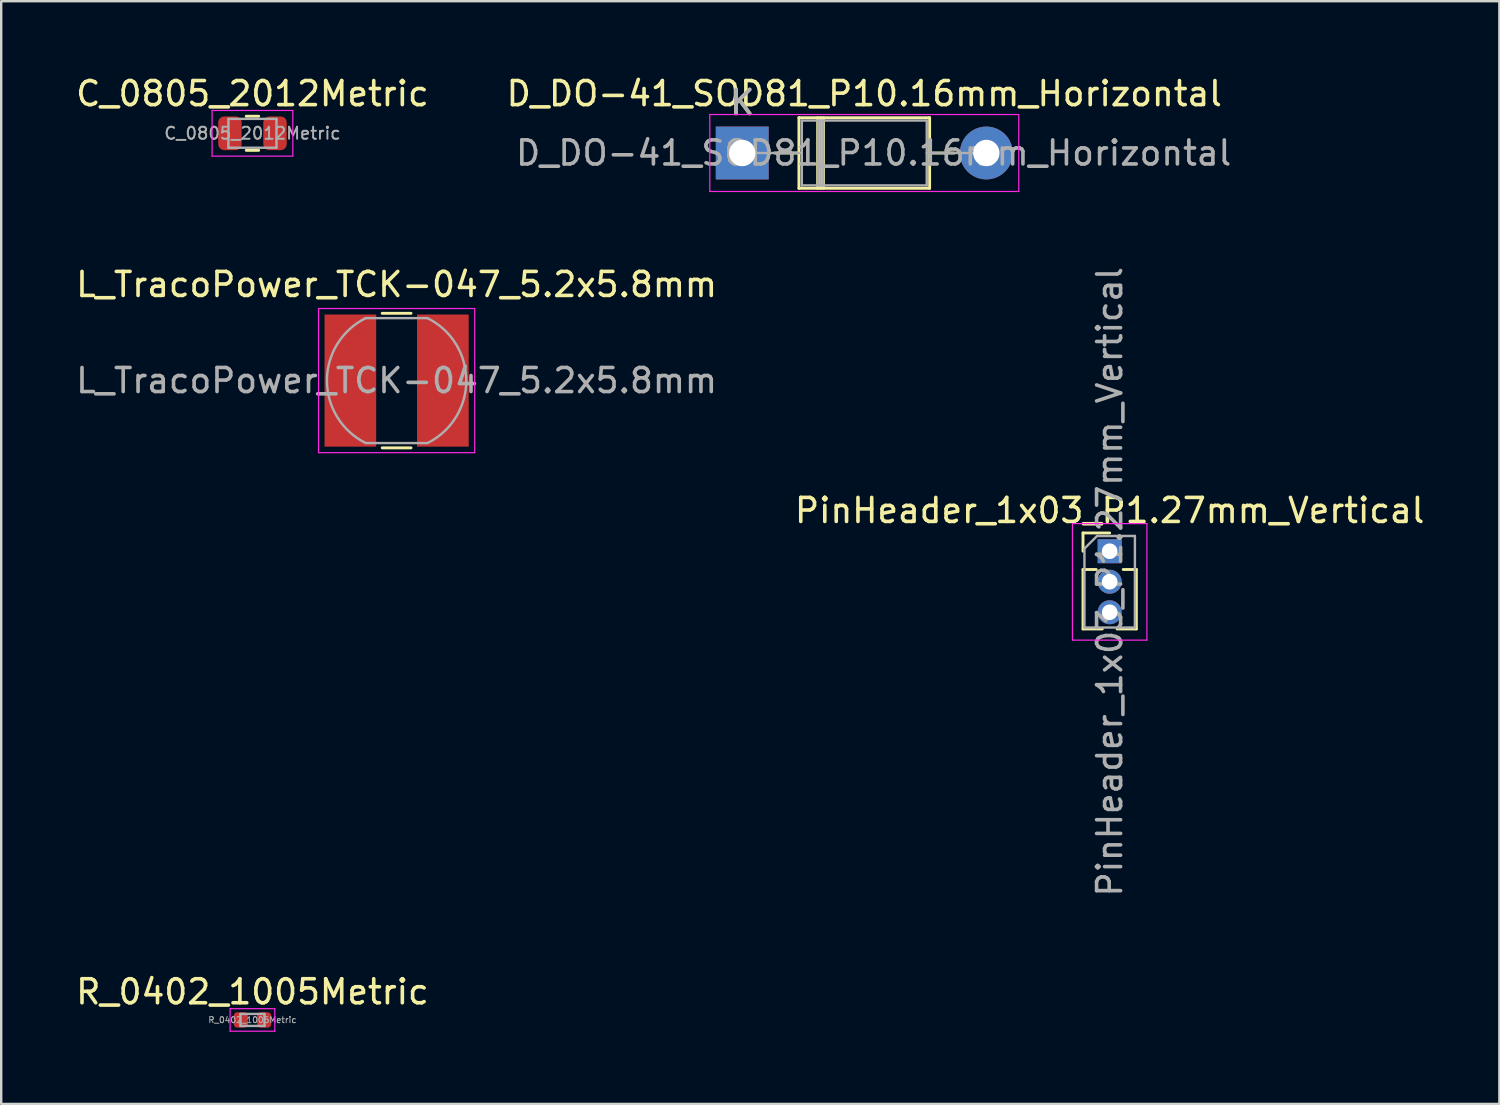
<source format=kicad_pcb>
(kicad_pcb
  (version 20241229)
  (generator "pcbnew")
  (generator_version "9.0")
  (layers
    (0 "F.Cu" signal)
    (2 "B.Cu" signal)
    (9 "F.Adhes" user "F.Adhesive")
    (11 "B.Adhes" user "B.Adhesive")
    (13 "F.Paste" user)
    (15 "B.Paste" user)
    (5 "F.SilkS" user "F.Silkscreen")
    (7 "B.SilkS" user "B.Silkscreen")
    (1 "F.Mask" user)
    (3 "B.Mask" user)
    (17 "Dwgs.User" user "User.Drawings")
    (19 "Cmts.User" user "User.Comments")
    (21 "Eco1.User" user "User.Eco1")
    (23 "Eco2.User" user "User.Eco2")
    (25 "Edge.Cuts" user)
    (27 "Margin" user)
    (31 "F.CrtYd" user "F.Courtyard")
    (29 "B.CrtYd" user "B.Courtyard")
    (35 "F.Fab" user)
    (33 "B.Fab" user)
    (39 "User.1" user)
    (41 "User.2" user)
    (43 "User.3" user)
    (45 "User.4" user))
  (footprint "C_0805_2012Metric"
    (layer "F.Cu")
    (at 7.458 2.498)
    (property "Reference" "C_0805_2012Metric" (at 0 -1.65 0) (layer "F.SilkS") (effects (font (size 1 1) (thickness 0.15))))
    (attr smd)
    (fp_line (start -0.259 -0.71) (end 0.259 -0.71) (stroke (width 0.12) (type solid)) (layer "F.SilkS"))
    (fp_line (start -0.259 0.71) (end 0.259 0.71) (stroke (width 0.12) (type solid)) (layer "F.SilkS"))
    (fp_line (start -1.68 -0.95) (end 1.68 -0.95) (stroke (width 0.05) (type solid)) (layer "F.CrtYd"))
    (fp_line (start -1.68 0.95) (end -1.68 -0.95) (stroke (width 0.05) (type solid)) (layer "F.CrtYd"))
    (fp_line (start 1.68 -0.95) (end 1.68 0.95) (stroke (width 0.05) (type solid)) (layer "F.CrtYd"))
    (fp_line (start 1.68 0.95) (end -1.68 0.95) (stroke (width 0.05) (type solid)) (layer "F.CrtYd"))
    (fp_line (start -1 -0.6) (end 1 -0.6) (stroke (width 0.1) (type solid)) (layer "F.Fab"))
    (fp_line (start -1 0.6) (end -1 -0.6) (stroke (width 0.1) (type solid)) (layer "F.Fab"))
    (fp_line (start 1 -0.6) (end 1 0.6) (stroke (width 0.1) (type solid)) (layer "F.Fab"))
    (fp_line (start 1 0.6) (end -1 0.6) (stroke (width 0.1) (type solid)) (layer "F.Fab"))
    (fp_text user "${REFERENCE}" (at 0 0 0) (layer "F.Fab") (effects (font (size 0.5 0.5) (thickness 0.08))))
    (pad "1" smd roundrect (at -0.938 0) (size 0.975 1.4) (layers "F.Cu" "F.Mask" "F.Paste") (roundrect_rratio 0.25))
    (pad "2" smd roundrect (at 0.938 0) (size 0.975 1.4) (layers "F.Cu" "F.Mask" "F.Paste") (roundrect_rratio 0.25)))
  (footprint "L_TracoPower_TCK-047_5.2x5.8mm"
    (layer "F.Cu")
    (at 13.458 12.791)
    (property "Reference" "L_TracoPower_TCK-047_5.2x5.8mm" (at 0 -4 0) (layer "F.SilkS") (effects (font (size 1 1) (thickness 0.15))))
    (attr smd)
    (fp_line (start -0.6 2.8) (end 0.6 2.8) (stroke (width 0.12) (type solid)) (layer "F.SilkS"))
    (fp_line (start 0.6 -2.8) (end -0.6 -2.8) (stroke (width 0.12) (type solid)) (layer "F.SilkS"))
    (fp_line (start -3.25 -3) (end -3.25 3) (stroke (width 0.05) (type solid)) (layer "F.CrtYd"))
    (fp_line (start -3.25 -3) (end 3.25 -3) (stroke (width 0.05) (type solid)) (layer "F.CrtYd"))
    (fp_line (start 3.25 3) (end -3.25 3) (stroke (width 0.05) (type solid)) (layer "F.CrtYd"))
    (fp_line (start 3.25 3) (end 3.25 -3) (stroke (width 0.05) (type solid)) (layer "F.CrtYd"))
    (fp_line (start -1.285 -2.6) (end 1.285 -2.6) (stroke (width 0.1) (type solid)) (layer "F.Fab"))
    (fp_line (start -1.285 2.6) (end 1.285 2.6) (stroke (width 0.1) (type solid)) (layer "F.Fab"))
    (fp_arc (start -1.285 2.599999) (mid -2.90021 0) (end -1.284999 -2.599999) (stroke (width 0.1) (type solid)) (layer "F.Fab"))
    (fp_arc (start 1.285 -2.599999) (mid 2.90021 0) (end 1.284999 2.599999) (stroke (width 0.1) (type solid)) (layer "F.Fab"))
    (fp_text user "${REFERENCE}" (at 0 0 0) (layer "F.Fab") (effects (font (size 1 1) (thickness 0.15))))
    (pad "1" smd rect (at -1.925 0 90) (size 5.5 2.15) (layers "F.Cu" "F.Mask" "F.Paste"))
    (pad "2" smd rect (at 1.925 0 90) (size 5.5 2.15) (layers "F.Cu" "F.Mask" "F.Paste")))
  (footprint "PinHeader_1x03_P1.27mm_Vertical"
    (layer "F.Cu")
    (at 43.137 19.893)
    (property "Reference" "PinHeader_1x03_P1.27mm_Vertical" (at 0 -1.695 0) (layer "F.SilkS") (effects (font (size 1 1) (thickness 0.15))))
    (attr through_hole)
    (fp_line (start -1.11 -0.76) (end 0 -0.76) (stroke (width 0.12) (type solid)) (layer "F.SilkS"))
    (fp_line (start -1.11 0) (end -1.11 -0.76) (stroke (width 0.12) (type solid)) (layer "F.SilkS"))
    (fp_line (start -1.11 0.76) (end -1.11 3.235) (stroke (width 0.12) (type solid)) (layer "F.SilkS"))
    (fp_line (start -1.11 0.76) (end -0.563 0.76) (stroke (width 0.12) (type solid)) (layer "F.SilkS"))
    (fp_line (start -1.11 3.235) (end -0.308 3.235) (stroke (width 0.12) (type solid)) (layer "F.SilkS"))
    (fp_line (start 0.308 3.235) (end 1.11 3.235) (stroke (width 0.12) (type solid)) (layer "F.SilkS"))
    (fp_line (start 0.563 0.76) (end 1.11 0.76) (stroke (width 0.12) (type solid)) (layer "F.SilkS"))
    (fp_line (start 1.11 0.76) (end 1.11 3.235) (stroke (width 0.12) (type solid)) (layer "F.SilkS"))
    (fp_line (start -1.55 -1.15) (end -1.55 3.7) (stroke (width 0.05) (type solid)) (layer "F.CrtYd"))
    (fp_line (start -1.55 3.7) (end 1.55 3.7) (stroke (width 0.05) (type solid)) (layer "F.CrtYd"))
    (fp_line (start 1.55 -1.15) (end -1.55 -1.15) (stroke (width 0.05) (type solid)) (layer "F.CrtYd"))
    (fp_line (start 1.55 3.7) (end 1.55 -1.15) (stroke (width 0.05) (type solid)) (layer "F.CrtYd"))
    (fp_line (start -1.05 -0.11) (end -0.525 -0.635) (stroke (width 0.1) (type solid)) (layer "F.Fab"))
    (fp_line (start -1.05 3.175) (end -1.05 -0.11) (stroke (width 0.1) (type solid)) (layer "F.Fab"))
    (fp_line (start -0.525 -0.635) (end 1.05 -0.635) (stroke (width 0.1) (type solid)) (layer "F.Fab"))
    (fp_line (start 1.05 -0.635) (end 1.05 3.175) (stroke (width 0.1) (type solid)) (layer "F.Fab"))
    (fp_line (start 1.05 3.175) (end -1.05 3.175) (stroke (width 0.1) (type solid)) (layer "F.Fab"))
    (fp_text user "${REFERENCE}" (at 0 1.27 90) (layer "F.Fab") (effects (font (size 1 1) (thickness 0.15))))
    (pad "1" thru_hole rect (at 0 0) (size 1 1) (drill 0.65) (layers "*.Cu" "*.Mask"))
    (pad "2" thru_hole oval (at 0 1.27) (size 1 1) (drill 0.65) (layers "*.Cu" "*.Mask"))
    (pad "3" thru_hole oval (at 0 2.54) (size 1 1) (drill 0.65) (layers "*.Cu" "*.Mask")))
  (footprint "R_0402_1005Metric"
    (layer "F.Cu")
    (at 7.458 39.402)
    (property "Reference" "R_0402_1005Metric" (at 0 -1.17 0) (layer "F.SilkS") (effects (font (size 1 1) (thickness 0.15))))
    (attr smd)
    (fp_line (start -0.93 -0.47) (end 0.93 -0.47) (stroke (width 0.05) (type solid)) (layer "F.CrtYd"))
    (fp_line (start -0.93 0.47) (end -0.93 -0.47) (stroke (width 0.05) (type solid)) (layer "F.CrtYd"))
    (fp_line (start 0.93 -0.47) (end 0.93 0.47) (stroke (width 0.05) (type solid)) (layer "F.CrtYd"))
    (fp_line (start 0.93 0.47) (end -0.93 0.47) (stroke (width 0.05) (type solid)) (layer "F.CrtYd"))
    (fp_line (start -0.5 -0.25) (end 0.5 -0.25) (stroke (width 0.1) (type solid)) (layer "F.Fab"))
    (fp_line (start -0.5 0.25) (end -0.5 -0.25) (stroke (width 0.1) (type solid)) (layer "F.Fab"))
    (fp_line (start 0.5 -0.25) (end 0.5 0.25) (stroke (width 0.1) (type solid)) (layer "F.Fab"))
    (fp_line (start 0.5 0.25) (end -0.5 0.25) (stroke (width 0.1) (type solid)) (layer "F.Fab"))
    (fp_text user "${REFERENCE}" (at 0 0 0) (layer "F.Fab") (effects (font (size 0.25 0.25) (thickness 0.04))))
    (pad "1" smd roundrect (at -0.485 0) (size 0.59 0.64) (layers "F.Cu" "F.Mask" "F.Paste") (roundrect_rratio 0.25))
    (pad "2" smd roundrect (at 0.485 0) (size 0.59 0.64) (layers "F.Cu" "F.Mask" "F.Paste") (roundrect_rratio 0.25)))
  (footprint "D_DO-41_SOD81_P10.16mm_Horizontal"
    (layer "F.Cu")
    (at 27.843 3.318)
    (property "Reference" "D_DO-41_SOD81_P10.16mm_Horizontal" (at 5.08 -2.47 0) (layer "F.SilkS") (effects (font (size 1 1) (thickness 0.15))))
    (attr through_hole)
    (fp_line (start 1.34 0) (end 2.36 0) (stroke (width 0.12) (type solid)) (layer "F.SilkS"))
    (fp_line (start 2.36 -1.47) (end 2.36 1.47) (stroke (width 0.12) (type solid)) (layer "F.SilkS"))
    (fp_line (start 2.36 1.47) (end 7.8 1.47) (stroke (width 0.12) (type solid)) (layer "F.SilkS"))
    (fp_line (start 3.14 -1.47) (end 3.14 1.47) (stroke (width 0.12) (type solid)) (layer "F.SilkS"))
    (fp_line (start 3.26 -1.47) (end 3.26 1.47) (stroke (width 0.12) (type solid)) (layer "F.SilkS"))
    (fp_line (start 3.38 -1.47) (end 3.38 1.47) (stroke (width 0.12) (type solid)) (layer "F.SilkS"))
    (fp_line (start 7.8 -1.47) (end 2.36 -1.47) (stroke (width 0.12) (type solid)) (layer "F.SilkS"))
    (fp_line (start 7.8 1.47) (end 7.8 -1.47) (stroke (width 0.12) (type solid)) (layer "F.SilkS"))
    (fp_line (start 8.82 0) (end 7.8 0) (stroke (width 0.12) (type solid)) (layer "F.SilkS"))
    (fp_line (start -1.35 -1.6) (end -1.35 1.6) (stroke (width 0.05) (type solid)) (layer "F.CrtYd"))
    (fp_line (start -1.35 1.6) (end 11.51 1.6) (stroke (width 0.05) (type solid)) (layer "F.CrtYd"))
    (fp_line (start 11.51 -1.6) (end -1.35 -1.6) (stroke (width 0.05) (type solid)) (layer "F.CrtYd"))
    (fp_line (start 11.51 1.6) (end 11.51 -1.6) (stroke (width 0.05) (type solid)) (layer "F.CrtYd"))
    (fp_line (start 0 0) (end 2.48 0) (stroke (width 0.1) (type solid)) (layer "F.Fab"))
    (fp_line (start 2.48 -1.35) (end 2.48 1.35) (stroke (width 0.1) (type solid)) (layer "F.Fab"))
    (fp_line (start 2.48 1.35) (end 7.68 1.35) (stroke (width 0.1) (type solid)) (layer "F.Fab"))
    (fp_line (start 3.16 -1.35) (end 3.16 1.35) (stroke (width 0.1) (type solid)) (layer "F.Fab"))
    (fp_line (start 3.26 -1.35) (end 3.26 1.35) (stroke (width 0.1) (type solid)) (layer "F.Fab"))
    (fp_line (start 3.36 -1.35) (end 3.36 1.35) (stroke (width 0.1) (type solid)) (layer "F.Fab"))
    (fp_line (start 7.68 -1.35) (end 2.48 -1.35) (stroke (width 0.1) (type solid)) (layer "F.Fab"))
    (fp_line (start 7.68 1.35) (end 7.68 -1.35) (stroke (width 0.1) (type solid)) (layer "F.Fab"))
    (fp_line (start 10.16 0) (end 7.68 0) (stroke (width 0.1) (type solid)) (layer "F.Fab"))
    (fp_text user "K" (at 0 -2.1 0) (layer "F.SilkS") (effects (font (size 1 1) (thickness 0.15))))
    (fp_text user "${REFERENCE}" (at 5.47 0 0) (layer "F.Fab") (effects (font (size 1 1) (thickness 0.15))))
    (fp_text user "K" (at 0 -2.1 0) (layer "F.Fab") (effects (font (size 1 1) (thickness 0.15))))
    (pad "1" thru_hole rect (at 0 0) (size 2.2 2.2) (drill 1.1) (layers "*.Cu" "*.Mask"))
    (pad "2" thru_hole oval (at 10.16 0) (size 2.2 2.2) (drill 1.1) (layers "*.Cu" "*.Mask")))
  (gr_rect
    (start -3 -3)
    (end 59.357 42.897)
    (stroke (width 0.1) (type default))
    (fill no)
    (layer "Edge.Cuts")))
</source>
